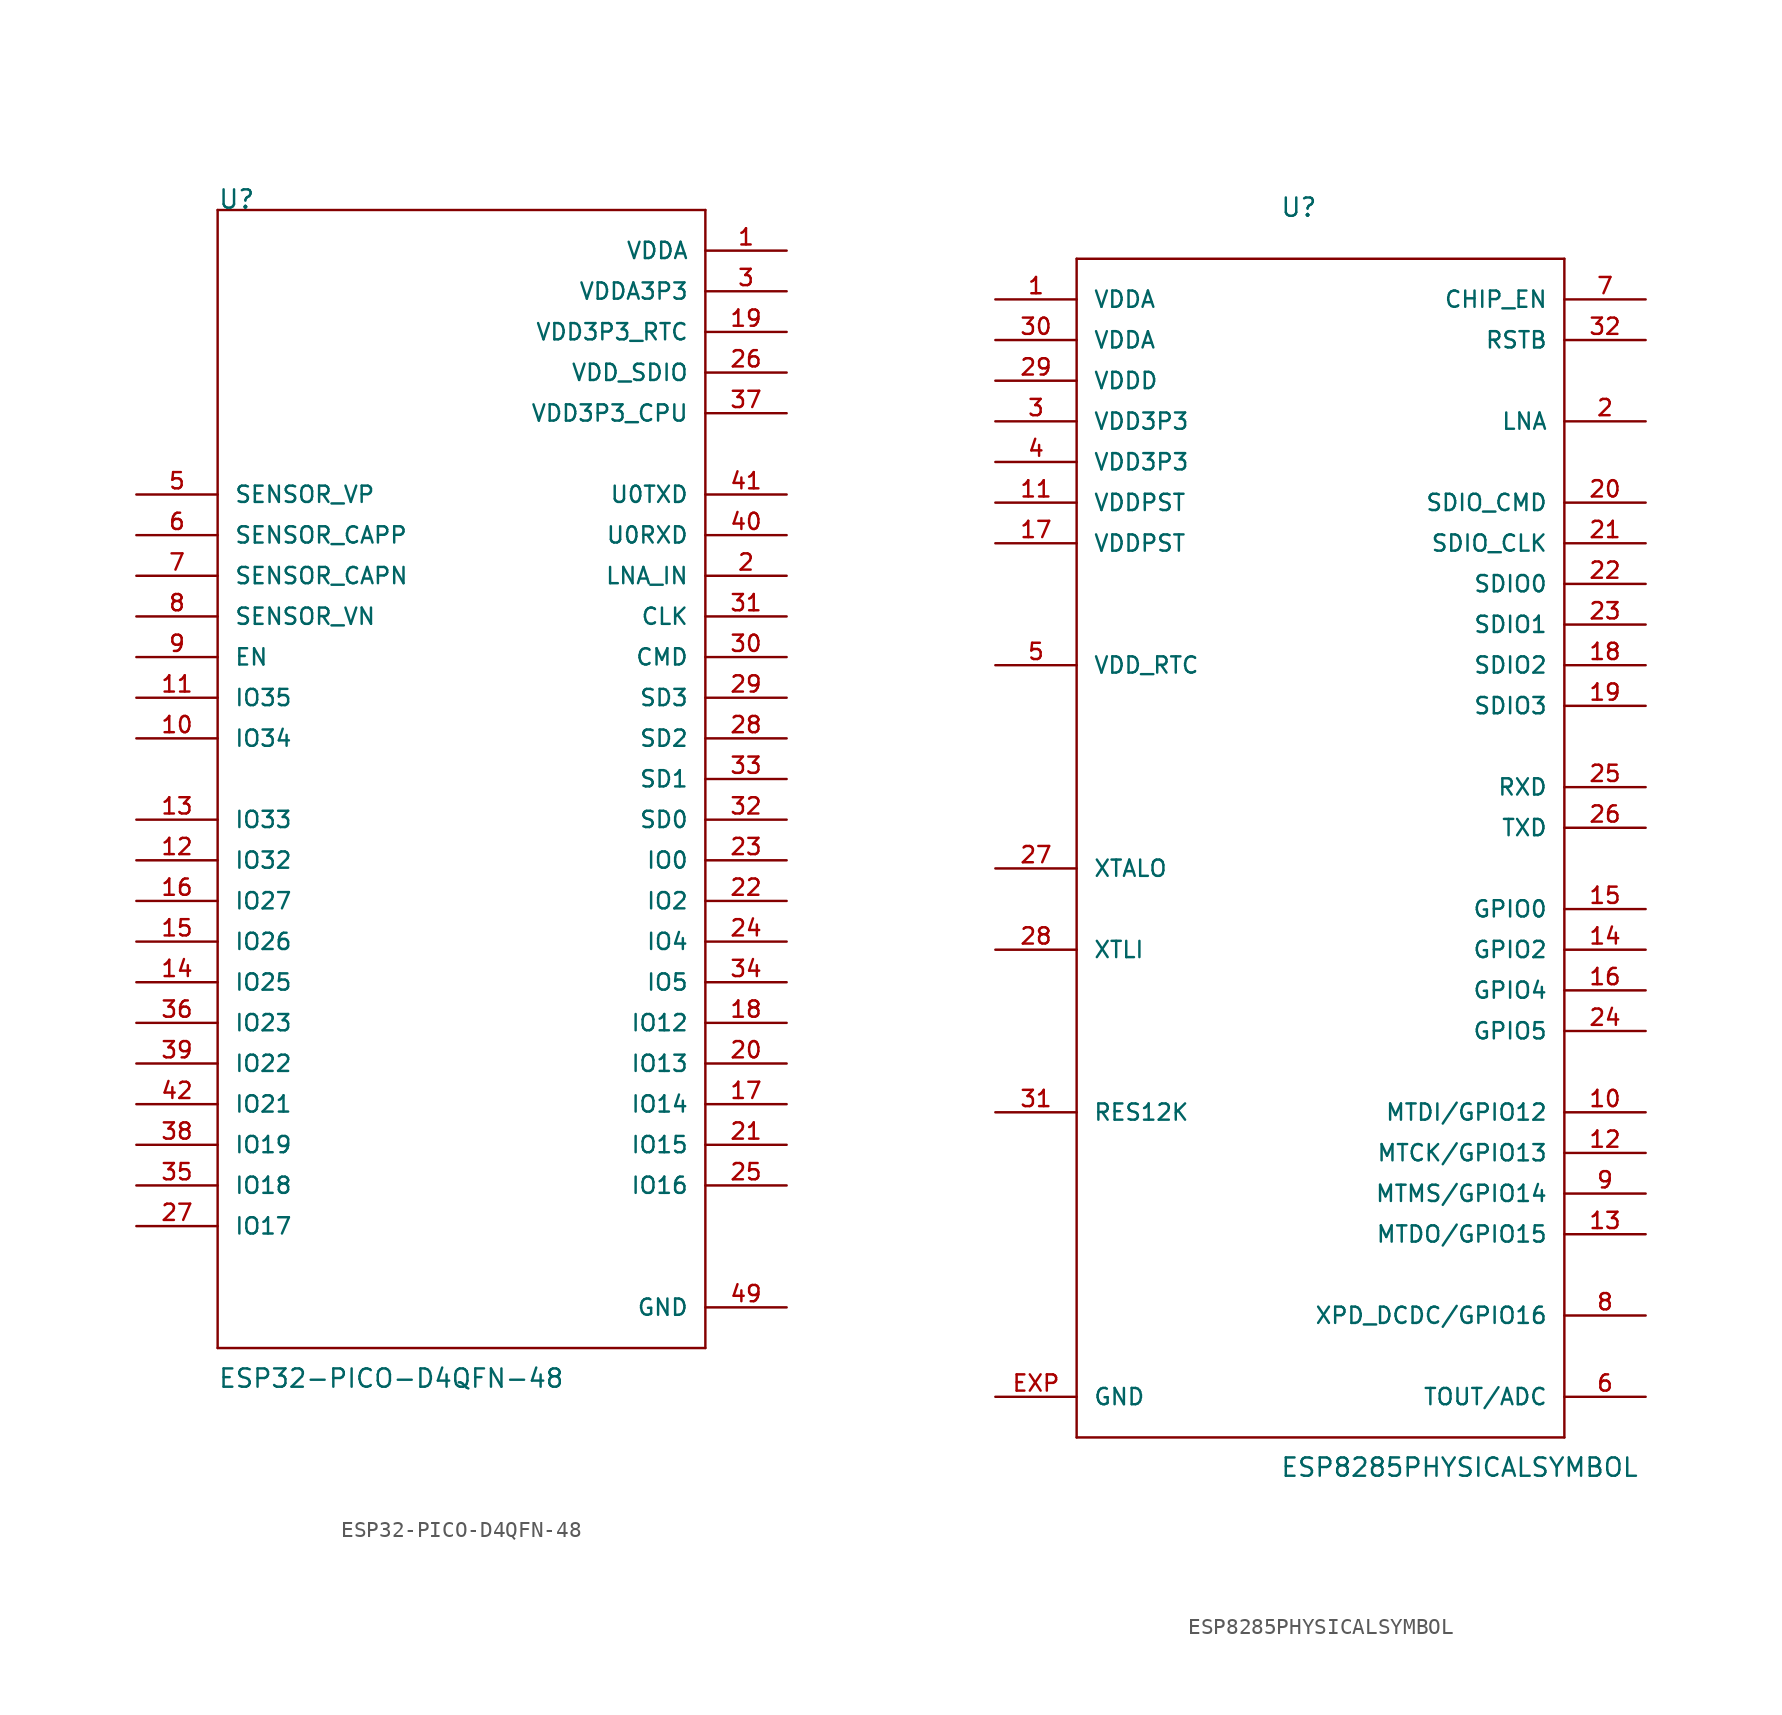
<source format=kicad_sym>
(kicad_symbol_lib
  (version 20220914)
  (generator kicad_symbol_editor)
  (symbol "ESP32-PICO-D4QFN-48"
    (pin_names
      (offset 1.016))
    (property "Reference" "U"
      (at -15.24 35.56 0)
      (effects (font (size 1.143 1.143)) (justify left bottom)))
    (property "Value" "ESP32-PICO-D4QFN-48"
      (at -15.24 -38.125 0)
      (effects (font (size 1.143 1.143)) (justify left bottom)))
    (property "ki_locked" ""
      (at 0 0 0)
      (effects (font (size 1.27 1.27))))
    (symbol "ESP32-PICO-D4QFN-48_1_0"
      (polyline (pts (xy -15.24 -35.56) (xy -15.24 35.56)) (stroke (width 0) (type solid)) (fill (type none)))
      (polyline (pts (xy -15.24 35.56) (xy 15.24 35.56)) (stroke (width 0) (type solid)) (fill (type none)))
      (polyline (pts (xy 15.24 -35.56) (xy -15.24 -35.56)) (stroke (width 0) (type solid)) (fill (type none)))
      (polyline (pts (xy 15.24 35.56) (xy 15.24 -35.56)) (stroke (width 0) (type solid)) (fill (type none))))
    (symbol "ESP32-PICO-D4QFN-48_1_1"
      (pin power_in line (at 20.32 33.02 180) (length 5.08) (name "VDDA" (effects (font (size 1.016 1.016)))) (number "1" (effects (font (size 1.016 1.016)))))
      (pin input line (at -20.32 2.54 0) (length 5.08) (name "IO34" (effects (font (size 1.016 1.016)))) (number "10" (effects (font (size 1.016 1.016)))))
      (pin input line (at -20.32 5.08 0) (length 5.08) (name "IO35" (effects (font (size 1.016 1.016)))) (number "11" (effects (font (size 1.016 1.016)))))
      (pin bidirectional line (at -20.32 -5.08 0) (length 5.08) (name "IO32" (effects (font (size 1.016 1.016)))) (number "12" (effects (font (size 1.016 1.016)))))
      (pin bidirectional line (at -20.32 -2.54 0) (length 5.08) (name "IO33" (effects (font (size 1.016 1.016)))) (number "13" (effects (font (size 1.016 1.016)))))
      (pin bidirectional line (at -20.32 -12.7 0) (length 5.08) (name "IO25" (effects (font (size 1.016 1.016)))) (number "14" (effects (font (size 1.016 1.016)))))
      (pin bidirectional line (at -20.32 -10.16 0) (length 5.08) (name "IO26" (effects (font (size 1.016 1.016)))) (number "15" (effects (font (size 1.016 1.016)))))
      (pin bidirectional line (at -20.32 -7.62 0) (length 5.08) (name "IO27" (effects (font (size 1.016 1.016)))) (number "16" (effects (font (size 1.016 1.016)))))
      (pin bidirectional line (at 20.32 -20.32 180) (length 5.08) (name "IO14" (effects (font (size 1.016 1.016)))) (number "17" (effects (font (size 1.016 1.016)))))
      (pin bidirectional line (at 20.32 -15.24 180) (length 5.08) (name "IO12" (effects (font (size 1.016 1.016)))) (number "18" (effects (font (size 1.016 1.016)))))
      (pin power_in line (at 20.32 27.94 180) (length 5.08) (name "VDD3P3_RTC" (effects (font (size 1.016 1.016)))) (number "19" (effects (font (size 1.016 1.016)))))
      (pin bidirectional line (at 20.32 12.7 180) (length 5.08) (name "LNA_IN" (effects (font (size 1.016 1.016)))) (number "2" (effects (font (size 1.016 1.016)))))
      (pin bidirectional line (at 20.32 -17.78 180) (length 5.08) (name "IO13" (effects (font (size 1.016 1.016)))) (number "20" (effects (font (size 1.016 1.016)))))
      (pin bidirectional line (at 20.32 -22.86 180) (length 5.08) (name "IO15" (effects (font (size 1.016 1.016)))) (number "21" (effects (font (size 1.016 1.016)))))
      (pin bidirectional line (at 20.32 -7.62 180) (length 5.08) (name "IO2" (effects (font (size 1.016 1.016)))) (number "22" (effects (font (size 1.016 1.016)))))
      (pin bidirectional line (at 20.32 -5.08 180) (length 5.08) (name "IO0" (effects (font (size 1.016 1.016)))) (number "23" (effects (font (size 1.016 1.016)))))
      (pin bidirectional line (at 20.32 -10.16 180) (length 5.08) (name "IO4" (effects (font (size 1.016 1.016)))) (number "24" (effects (font (size 1.016 1.016)))))
      (pin bidirectional line (at 20.32 -25.4 180) (length 5.08) (name "IO16" (effects (font (size 1.016 1.016)))) (number "25" (effects (font (size 1.016 1.016)))))
      (pin power_in line (at 20.32 25.4 180) (length 5.08) (name "VDD_SDIO" (effects (font (size 1.016 1.016)))) (number "26" (effects (font (size 1.016 1.016)))))
      (pin bidirectional line (at -20.32 -27.94 0) (length 5.08) (name "IO17" (effects (font (size 1.016 1.016)))) (number "27" (effects (font (size 1.016 1.016)))))
      (pin bidirectional line (at 20.32 2.54 180) (length 5.08) (name "SD2" (effects (font (size 1.016 1.016)))) (number "28" (effects (font (size 1.016 1.016)))))
      (pin bidirectional line (at 20.32 5.08 180) (length 5.08) (name "SD3" (effects (font (size 1.016 1.016)))) (number "29" (effects (font (size 1.016 1.016)))))
      (pin power_in line (at 20.32 30.48 180) (length 5.08) (name "VDDA3P3" (effects (font (size 1.016 1.016)))) (number "3" (effects (font (size 1.016 1.016)))))
      (pin bidirectional line (at 20.32 7.62 180) (length 5.08) (name "CMD" (effects (font (size 1.016 1.016)))) (number "30" (effects (font (size 1.016 1.016)))))
      (pin bidirectional line (at 20.32 10.16 180) (length 5.08) (name "CLK" (effects (font (size 1.016 1.016)))) (number "31" (effects (font (size 1.016 1.016)))))
      (pin bidirectional line (at 20.32 -2.54 180) (length 5.08) (name "SD0" (effects (font (size 1.016 1.016)))) (number "32" (effects (font (size 1.016 1.016)))))
      (pin bidirectional line (at 20.32 0 180) (length 5.08) (name "SD1" (effects (font (size 1.016 1.016)))) (number "33" (effects (font (size 1.016 1.016)))))
      (pin bidirectional line (at 20.32 -12.7 180) (length 5.08) (name "IO5" (effects (font (size 1.016 1.016)))) (number "34" (effects (font (size 1.016 1.016)))))
      (pin bidirectional line (at -20.32 -25.4 0) (length 5.08) (name "IO18" (effects (font (size 1.016 1.016)))) (number "35" (effects (font (size 1.016 1.016)))))
      (pin bidirectional line (at -20.32 -15.24 0) (length 5.08) (name "IO23" (effects (font (size 1.016 1.016)))) (number "36" (effects (font (size 1.016 1.016)))))
      (pin power_in line (at 20.32 22.86 180) (length 5.08) (name "VDD3P3_CPU" (effects (font (size 1.016 1.016)))) (number "37" (effects (font (size 1.016 1.016)))))
      (pin bidirectional line (at -20.32 -22.86 0) (length 5.08) (name "IO19" (effects (font (size 1.016 1.016)))) (number "38" (effects (font (size 1.016 1.016)))))
      (pin bidirectional line (at -20.32 -17.78 0) (length 5.08) (name "IO22" (effects (font (size 1.016 1.016)))) (number "39" (effects (font (size 1.016 1.016)))))
      (pin power_in line (at 20.32 30.48 180) (length 5.08) hide (name "VDDA3P3" (effects (font (size 1.016 1.016)))) (number "4" (effects (font (size 1.016 1.016)))))
      (pin bidirectional line (at 20.32 15.24 180) (length 5.08) (name "U0RXD" (effects (font (size 1.016 1.016)))) (number "40" (effects (font (size 1.016 1.016)))))
      (pin bidirectional line (at 20.32 17.78 180) (length 5.08) (name "U0TXD" (effects (font (size 1.016 1.016)))) (number "41" (effects (font (size 1.016 1.016)))))
      (pin bidirectional line (at -20.32 -20.32 0) (length 5.08) (name "IO21" (effects (font (size 1.016 1.016)))) (number "42" (effects (font (size 1.016 1.016)))))
      (pin power_in line (at 20.32 33.02 180) (length 5.08) hide (name "VDDA" (effects (font (size 1.016 1.016)))) (number "43" (effects (font (size 1.016 1.016)))))
      (pin power_in line (at 20.32 33.02 180) (length 5.08) hide (name "VDDA" (effects (font (size 1.016 1.016)))) (number "46" (effects (font (size 1.016 1.016)))))
      (pin power_in line (at 20.32 -33.02 180) (length 5.08) (name "GND" (effects (font (size 1.016 1.016)))) (number "49" (effects (font (size 1.016 1.016)))))
      (pin input line (at -20.32 17.78 0) (length 5.08) (name "SENSOR_VP" (effects (font (size 1.016 1.016)))) (number "5" (effects (font (size 1.016 1.016)))))
      (pin input line (at -20.32 15.24 0) (length 5.08) (name "SENSOR_CAPP" (effects (font (size 1.016 1.016)))) (number "6" (effects (font (size 1.016 1.016)))))
      (pin input line (at -20.32 12.7 0) (length 5.08) (name "SENSOR_CAPN" (effects (font (size 1.016 1.016)))) (number "7" (effects (font (size 1.016 1.016)))))
      (pin input line (at -20.32 10.16 0) (length 5.08) (name "SENSOR_VN" (effects (font (size 1.016 1.016)))) (number "8" (effects (font (size 1.016 1.016)))))
      (pin input line (at -20.32 7.62 0) (length 5.08) (name "EN" (effects (font (size 1.016 1.016)))) (number "9" (effects (font (size 1.016 1.016)))))))
  (symbol "ESP8285PHYSICALSYMBOL"
    (pin_names
      (offset 1.016))
    (property "Reference" "U"
      (at -2.54 38.1 0)
      (effects (font (size 1.143 1.143)) (justify left bottom)))
    (property "Value" "ESP8285PHYSICALSYMBOL"
      (at -2.54 -40.64 0)
      (effects (font (size 1.143 1.143)) (justify left bottom)))
    (property "ki_locked" ""
      (at 0 0 0)
      (effects (font (size 1.27 1.27))))
    (symbol "ESP8285PHYSICALSYMBOL_1_0"
      (polyline (pts (xy -15.24 -38.1) (xy 15.24 -38.1)) (stroke (width 0) (type solid)) (fill (type none)))
      (polyline (pts (xy -15.24 35.56) (xy -15.24 -38.1)) (stroke (width 0) (type solid)) (fill (type none)))
      (polyline (pts (xy 15.24 -38.1) (xy 15.24 35.56)) (stroke (width 0) (type solid)) (fill (type none)))
      (polyline (pts (xy 15.24 35.56) (xy -15.24 35.56)) (stroke (width 0) (type solid)) (fill (type none))))
    (symbol "ESP8285PHYSICALSYMBOL_1_1"
      (pin power_in line (at -20.32 33.02 0) (length 5.08) (name "VDDA" (effects (font (size 1.016 1.016)))) (number "1" (effects (font (size 1.016 1.016)))))
      (pin bidirectional line (at 20.32 -17.78 180) (length 5.08) (name "MTDI/GPIO12" (effects (font (size 1.016 1.016)))) (number "10" (effects (font (size 1.016 1.016)))))
      (pin power_in line (at -20.32 20.32 0) (length 5.08) (name "VDDPST" (effects (font (size 1.016 1.016)))) (number "11" (effects (font (size 1.016 1.016)))))
      (pin bidirectional line (at 20.32 -20.32 180) (length 5.08) (name "MTCK/GPIO13" (effects (font (size 1.016 1.016)))) (number "12" (effects (font (size 1.016 1.016)))))
      (pin bidirectional line (at 20.32 -25.4 180) (length 5.08) (name "MTDO/GPIO15" (effects (font (size 1.016 1.016)))) (number "13" (effects (font (size 1.016 1.016)))))
      (pin bidirectional line (at 20.32 -7.62 180) (length 5.08) (name "GPIO2" (effects (font (size 1.016 1.016)))) (number "14" (effects (font (size 1.016 1.016)))))
      (pin bidirectional line (at 20.32 -5.08 180) (length 5.08) (name "GPIO0" (effects (font (size 1.016 1.016)))) (number "15" (effects (font (size 1.016 1.016)))))
      (pin bidirectional line (at 20.32 -10.16 180) (length 5.08) (name "GPIO4" (effects (font (size 1.016 1.016)))) (number "16" (effects (font (size 1.016 1.016)))))
      (pin power_in line (at -20.32 17.78 0) (length 5.08) (name "VDDPST" (effects (font (size 1.016 1.016)))) (number "17" (effects (font (size 1.016 1.016)))))
      (pin bidirectional line (at 20.32 10.16 180) (length 5.08) (name "SDIO2" (effects (font (size 1.016 1.016)))) (number "18" (effects (font (size 1.016 1.016)))))
      (pin bidirectional line (at 20.32 7.62 180) (length 5.08) (name "SDIO3" (effects (font (size 1.016 1.016)))) (number "19" (effects (font (size 1.016 1.016)))))
      (pin bidirectional line (at 20.32 25.4 180) (length 5.08) (name "LNA" (effects (font (size 1.016 1.016)))) (number "2" (effects (font (size 1.016 1.016)))))
      (pin bidirectional line (at 20.32 20.32 180) (length 5.08) (name "SDIO_CMD" (effects (font (size 1.016 1.016)))) (number "20" (effects (font (size 1.016 1.016)))))
      (pin bidirectional line (at 20.32 17.78 180) (length 5.08) (name "SDIO_CLK" (effects (font (size 1.016 1.016)))) (number "21" (effects (font (size 1.016 1.016)))))
      (pin bidirectional line (at 20.32 15.24 180) (length 5.08) (name "SDIO0" (effects (font (size 1.016 1.016)))) (number "22" (effects (font (size 1.016 1.016)))))
      (pin bidirectional line (at 20.32 12.7 180) (length 5.08) (name "SDIO1" (effects (font (size 1.016 1.016)))) (number "23" (effects (font (size 1.016 1.016)))))
      (pin bidirectional line (at 20.32 -12.7 180) (length 5.08) (name "GPIO5" (effects (font (size 1.016 1.016)))) (number "24" (effects (font (size 1.016 1.016)))))
      (pin bidirectional line (at 20.32 2.54 180) (length 5.08) (name "RXD" (effects (font (size 1.016 1.016)))) (number "25" (effects (font (size 1.016 1.016)))))
      (pin bidirectional line (at 20.32 0 180) (length 5.08) (name "TXD" (effects (font (size 1.016 1.016)))) (number "26" (effects (font (size 1.016 1.016)))))
      (pin bidirectional line (at -20.32 -2.54 0) (length 5.08) (name "XTALO" (effects (font (size 1.016 1.016)))) (number "27" (effects (font (size 1.016 1.016)))))
      (pin bidirectional line (at -20.32 -7.62 0) (length 5.08) (name "XTLI" (effects (font (size 1.016 1.016)))) (number "28" (effects (font (size 1.016 1.016)))))
      (pin power_in line (at -20.32 27.94 0) (length 5.08) (name "VDDD" (effects (font (size 1.016 1.016)))) (number "29" (effects (font (size 1.016 1.016)))))
      (pin power_in line (at -20.32 25.4 0) (length 5.08) (name "VDD3P3" (effects (font (size 1.016 1.016)))) (number "3" (effects (font (size 1.016 1.016)))))
      (pin power_in line (at -20.32 30.48 0) (length 5.08) (name "VDDA" (effects (font (size 1.016 1.016)))) (number "30" (effects (font (size 1.016 1.016)))))
      (pin input line (at -20.32 -17.78 0) (length 5.08) (name "RES12K" (effects (font (size 1.016 1.016)))) (number "31" (effects (font (size 1.016 1.016)))))
      (pin input line (at 20.32 30.48 180) (length 5.08) (name "RSTB" (effects (font (size 1.016 1.016)))) (number "32" (effects (font (size 1.016 1.016)))))
      (pin power_in line (at -20.32 22.86 0) (length 5.08) (name "VDD3P3" (effects (font (size 1.016 1.016)))) (number "4" (effects (font (size 1.016 1.016)))))
      (pin unspecified line (at -20.32 10.16 0) (length 5.08) (name "VDD_RTC" (effects (font (size 1.016 1.016)))) (number "5" (effects (font (size 1.016 1.016)))))
      (pin input line (at 20.32 -35.56 180) (length 5.08) (name "TOUT/ADC" (effects (font (size 1.016 1.016)))) (number "6" (effects (font (size 1.016 1.016)))))
      (pin input line (at 20.32 33.02 180) (length 5.08) (name "CHIP_EN" (effects (font (size 1.016 1.016)))) (number "7" (effects (font (size 1.016 1.016)))))
      (pin bidirectional line (at 20.32 -30.48 180) (length 5.08) (name "XPD_DCDC/GPIO16" (effects (font (size 1.016 1.016)))) (number "8" (effects (font (size 1.016 1.016)))))
      (pin bidirectional line (at 20.32 -22.86 180) (length 5.08) (name "MTMS/GPIO14" (effects (font (size 1.016 1.016)))) (number "9" (effects (font (size 1.016 1.016)))))
      (pin power_in line (at -20.32 -35.56 0) (length 5.08) (name "GND" (effects (font (size 1.016 1.016)))) (number "EXP" (effects (font (size 1.016 1.016))))))))
</source>
